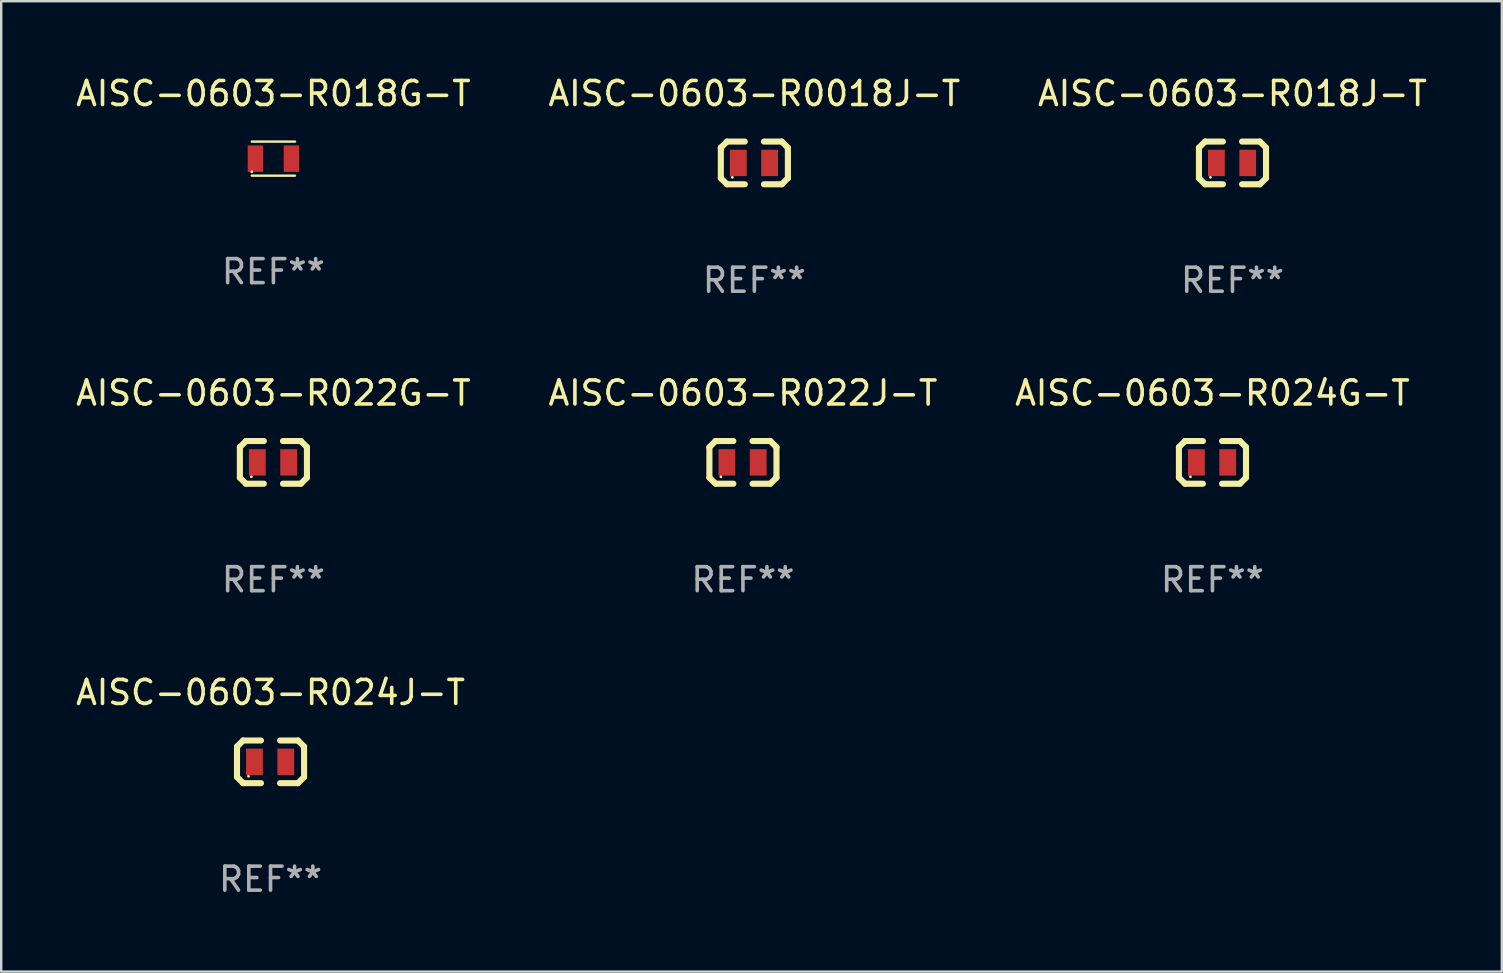
<source format=kicad_pcb>
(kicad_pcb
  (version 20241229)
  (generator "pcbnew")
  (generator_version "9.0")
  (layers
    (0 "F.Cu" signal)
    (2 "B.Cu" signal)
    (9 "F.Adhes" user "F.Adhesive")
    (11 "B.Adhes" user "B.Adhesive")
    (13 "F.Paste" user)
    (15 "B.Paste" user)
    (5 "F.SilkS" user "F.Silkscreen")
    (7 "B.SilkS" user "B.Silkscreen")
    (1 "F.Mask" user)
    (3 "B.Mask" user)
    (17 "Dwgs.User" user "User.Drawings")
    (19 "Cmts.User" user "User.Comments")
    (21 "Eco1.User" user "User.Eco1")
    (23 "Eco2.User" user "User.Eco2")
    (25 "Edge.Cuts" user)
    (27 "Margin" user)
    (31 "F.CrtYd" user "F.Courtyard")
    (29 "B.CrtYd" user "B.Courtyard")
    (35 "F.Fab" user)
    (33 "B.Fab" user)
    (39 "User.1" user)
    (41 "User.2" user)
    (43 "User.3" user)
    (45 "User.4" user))
  (footprint "AISC-0603-R022G-T"
    (layer "F.Cu")
    (at 8.339 16.212)
    (property "Reference" "AISC-0603-R022G-T" (at 0 -2.889 0) (layer "F.SilkS") (effects (font (size 1 1) (thickness 0.15))))
    (attr through_hole)
    (fp_line (start -1.397 -0.635) (end -1.397 0.635) (stroke (width 0.254) (type solid)) (layer "F.SilkS"))
    (fp_line (start -1.397 0.635) (end -1.143 0.889) (stroke (width 0.254) (type solid)) (layer "F.SilkS"))
    (fp_line (start -1.143 -0.889) (end -1.397 -0.635) (stroke (width 0.254) (type solid)) (layer "F.SilkS"))
    (fp_line (start -1.143 -0.889) (end -0.399 -0.889) (stroke (width 0.254) (type solid)) (layer "F.SilkS"))
    (fp_line (start -1.143 0.889) (end -0.399 0.889) (stroke (width 0.254) (type solid)) (layer "F.SilkS"))
    (fp_line (start 1.143 -0.889) (end 0.399 -0.889) (stroke (width 0.254) (type solid)) (layer "F.SilkS"))
    (fp_line (start 1.143 0.889) (end 0.399 0.889) (stroke (width 0.254) (type solid)) (layer "F.SilkS"))
    (fp_line (start 1.143 0.889) (end 1.397 0.635) (stroke (width 0.254) (type solid)) (layer "F.SilkS"))
    (fp_line (start 1.397 -0.635) (end 1.143 -0.889) (stroke (width 0.254) (type solid)) (layer "F.SilkS"))
    (fp_line (start 1.397 0.635) (end 1.397 -0.635) (stroke (width 0.254) (type solid)) (layer "F.SilkS"))
    (fp_circle (center -0.918 0.6) (end -0.888 0.6) (stroke (width 0.06) (type solid)) (fill no) (layer "F.SilkS"))
    (fp_text user "REF**" (at 0 4.889 0) (layer "F.Fab") (effects (font (size 1 1) (thickness 0.15))))
    (pad "1" smd rect (at -0.67 0) (size 0.7 1.1) (layers "F.Cu" "F.Mask" "F.Paste"))
    (pad "2" smd rect (at 0.635 0) (size 0.7 1.1) (layers "F.Cu" "F.Mask" "F.Paste")))
  (footprint "AISC-0603-R022J-T"
    (layer "F.Cu")
    (at 27.899 16.212)
    (property "Reference" "AISC-0603-R022J-T" (at 0 -2.889 0) (layer "F.SilkS") (effects (font (size 1 1) (thickness 0.15))))
    (attr through_hole)
    (fp_line (start -1.397 -0.635) (end -1.397 0.635) (stroke (width 0.254) (type solid)) (layer "F.SilkS"))
    (fp_line (start -1.397 0.635) (end -1.143 0.889) (stroke (width 0.254) (type solid)) (layer "F.SilkS"))
    (fp_line (start -1.143 -0.889) (end -1.397 -0.635) (stroke (width 0.254) (type solid)) (layer "F.SilkS"))
    (fp_line (start -1.143 -0.889) (end -0.399 -0.889) (stroke (width 0.254) (type solid)) (layer "F.SilkS"))
    (fp_line (start -1.143 0.889) (end -0.399 0.889) (stroke (width 0.254) (type solid)) (layer "F.SilkS"))
    (fp_line (start 1.143 -0.889) (end 0.399 -0.889) (stroke (width 0.254) (type solid)) (layer "F.SilkS"))
    (fp_line (start 1.143 0.889) (end 0.399 0.889) (stroke (width 0.254) (type solid)) (layer "F.SilkS"))
    (fp_line (start 1.143 0.889) (end 1.397 0.635) (stroke (width 0.254) (type solid)) (layer "F.SilkS"))
    (fp_line (start 1.397 -0.635) (end 1.143 -0.889) (stroke (width 0.254) (type solid)) (layer "F.SilkS"))
    (fp_line (start 1.397 0.635) (end 1.397 -0.635) (stroke (width 0.254) (type solid)) (layer "F.SilkS"))
    (fp_circle (center -0.918 0.6) (end -0.888 0.6) (stroke (width 0.06) (type solid)) (fill no) (layer "F.SilkS"))
    (fp_text user "REF**" (at 0 4.889 0) (layer "F.Fab") (effects (font (size 1 1) (thickness 0.15))))
    (pad "1" smd rect (at -0.67 0) (size 0.7 1.1) (layers "F.Cu" "F.Mask" "F.Paste"))
    (pad "2" smd rect (at 0.635 0) (size 0.7 1.1) (layers "F.Cu" "F.Mask" "F.Paste")))
  (footprint "AISC-0603-R018G-T"
    (layer "F.Cu")
    (at 8.339 3.558)
    (property "Reference" "AISC-0603-R018G-T" (at 0 -2.71 0) (layer "F.SilkS") (effects (font (size 1 1) (thickness 0.15))))
    (attr through_hole)
    (fp_line (start -0.9 -0.71) (end 0.9 -0.71) (stroke (width 0.1) (type solid)) (layer "F.SilkS"))
    (fp_line (start 0.9 0.71) (end -0.9 0.71) (stroke (width 0.1) (type solid)) (layer "F.SilkS"))
    (fp_circle (center -0.9 0.55) (end -0.87 0.55) (stroke (width 0.06) (type solid)) (fill no) (layer "F.SilkS"))
    (fp_text user "REF**" (at 0 4.71 0) (layer "F.Fab") (effects (font (size 1 1) (thickness 0.15))))
    (pad "1" smd rect (at -0.75 0) (size 0.64 1.1) (layers "F.Cu" "F.Mask" "F.Paste"))
    (pad "2" smd rect (at 0.75 0) (size 0.64 1.1) (layers "F.Cu" "F.Mask" "F.Paste")))
  (footprint "AISC-0603-R018J-T"
    (layer "F.Cu")
    (at 48.292 3.737)
    (property "Reference" "AISC-0603-R018J-T" (at 0 -2.889 0) (layer "F.SilkS") (effects (font (size 1 1) (thickness 0.15))))
    (attr through_hole)
    (fp_line (start -1.397 -0.635) (end -1.397 0.635) (stroke (width 0.254) (type solid)) (layer "F.SilkS"))
    (fp_line (start -1.397 0.635) (end -1.143 0.889) (stroke (width 0.254) (type solid)) (layer "F.SilkS"))
    (fp_line (start -1.143 -0.889) (end -1.397 -0.635) (stroke (width 0.254) (type solid)) (layer "F.SilkS"))
    (fp_line (start -1.143 -0.889) (end -0.399 -0.889) (stroke (width 0.254) (type solid)) (layer "F.SilkS"))
    (fp_line (start -1.143 0.889) (end -0.399 0.889) (stroke (width 0.254) (type solid)) (layer "F.SilkS"))
    (fp_line (start 1.143 -0.889) (end 0.399 -0.889) (stroke (width 0.254) (type solid)) (layer "F.SilkS"))
    (fp_line (start 1.143 0.889) (end 0.399 0.889) (stroke (width 0.254) (type solid)) (layer "F.SilkS"))
    (fp_line (start 1.143 0.889) (end 1.397 0.635) (stroke (width 0.254) (type solid)) (layer "F.SilkS"))
    (fp_line (start 1.397 -0.635) (end 1.143 -0.889) (stroke (width 0.254) (type solid)) (layer "F.SilkS"))
    (fp_line (start 1.397 0.635) (end 1.397 -0.635) (stroke (width 0.254) (type solid)) (layer "F.SilkS"))
    (fp_circle (center -0.918 0.6) (end -0.888 0.6) (stroke (width 0.06) (type solid)) (fill no) (layer "F.SilkS"))
    (fp_text user "REF**" (at 0 4.889 0) (layer "F.Fab") (effects (font (size 1 1) (thickness 0.15))))
    (pad "1" smd rect (at -0.67 0) (size 0.7 1.1) (layers "F.Cu" "F.Mask" "F.Paste"))
    (pad "2" smd rect (at 0.635 0) (size 0.7 1.1) (layers "F.Cu" "F.Mask" "F.Paste")))
  (footprint "AISC-0603-R0018J-T"
    (layer "F.Cu")
    (at 28.375 3.737)
    (property "Reference" "AISC-0603-R0018J-T" (at 0 -2.889 0) (layer "F.SilkS") (effects (font (size 1 1) (thickness 0.15))))
    (attr through_hole)
    (fp_line (start -1.397 -0.635) (end -1.397 0.635) (stroke (width 0.254) (type solid)) (layer "F.SilkS"))
    (fp_line (start -1.397 0.635) (end -1.143 0.889) (stroke (width 0.254) (type solid)) (layer "F.SilkS"))
    (fp_line (start -1.143 -0.889) (end -1.397 -0.635) (stroke (width 0.254) (type solid)) (layer "F.SilkS"))
    (fp_line (start -1.143 -0.889) (end -0.399 -0.889) (stroke (width 0.254) (type solid)) (layer "F.SilkS"))
    (fp_line (start -1.143 0.889) (end -0.399 0.889) (stroke (width 0.254) (type solid)) (layer "F.SilkS"))
    (fp_line (start 1.143 -0.889) (end 0.399 -0.889) (stroke (width 0.254) (type solid)) (layer "F.SilkS"))
    (fp_line (start 1.143 0.889) (end 0.399 0.889) (stroke (width 0.254) (type solid)) (layer "F.SilkS"))
    (fp_line (start 1.143 0.889) (end 1.397 0.635) (stroke (width 0.254) (type solid)) (layer "F.SilkS"))
    (fp_line (start 1.397 -0.635) (end 1.143 -0.889) (stroke (width 0.254) (type solid)) (layer "F.SilkS"))
    (fp_line (start 1.397 0.635) (end 1.397 -0.635) (stroke (width 0.254) (type solid)) (layer "F.SilkS"))
    (fp_circle (center -0.918 0.6) (end -0.888 0.6) (stroke (width 0.06) (type solid)) (fill no) (layer "F.SilkS"))
    (fp_text user "REF**" (at 0 4.889 0) (layer "F.Fab") (effects (font (size 1 1) (thickness 0.15))))
    (pad "1" smd rect (at -0.67 0) (size 0.7 1.1) (layers "F.Cu" "F.Mask" "F.Paste"))
    (pad "2" smd rect (at 0.635 0) (size 0.7 1.1) (layers "F.Cu" "F.Mask" "F.Paste")))
  (footprint "AISC-0603-R024J-T"
    (layer "F.Cu")
    (at 8.22 28.686)
    (property "Reference" "AISC-0603-R024J-T" (at 0 -2.889 0) (layer "F.SilkS") (effects (font (size 1 1) (thickness 0.15))))
    (attr through_hole)
    (fp_line (start -1.397 -0.635) (end -1.397 0.635) (stroke (width 0.254) (type solid)) (layer "F.SilkS"))
    (fp_line (start -1.397 0.635) (end -1.143 0.889) (stroke (width 0.254) (type solid)) (layer "F.SilkS"))
    (fp_line (start -1.143 -0.889) (end -1.397 -0.635) (stroke (width 0.254) (type solid)) (layer "F.SilkS"))
    (fp_line (start -1.143 -0.889) (end -0.399 -0.889) (stroke (width 0.254) (type solid)) (layer "F.SilkS"))
    (fp_line (start -1.143 0.889) (end -0.399 0.889) (stroke (width 0.254) (type solid)) (layer "F.SilkS"))
    (fp_line (start 1.143 -0.889) (end 0.399 -0.889) (stroke (width 0.254) (type solid)) (layer "F.SilkS"))
    (fp_line (start 1.143 0.889) (end 0.399 0.889) (stroke (width 0.254) (type solid)) (layer "F.SilkS"))
    (fp_line (start 1.143 0.889) (end 1.397 0.635) (stroke (width 0.254) (type solid)) (layer "F.SilkS"))
    (fp_line (start 1.397 -0.635) (end 1.143 -0.889) (stroke (width 0.254) (type solid)) (layer "F.SilkS"))
    (fp_line (start 1.397 0.635) (end 1.397 -0.635) (stroke (width 0.254) (type solid)) (layer "F.SilkS"))
    (fp_circle (center -0.918 0.6) (end -0.888 0.6) (stroke (width 0.06) (type solid)) (fill no) (layer "F.SilkS"))
    (fp_text user "REF**" (at 0 4.889 0) (layer "F.Fab") (effects (font (size 1 1) (thickness 0.15))))
    (pad "1" smd rect (at -0.67 0) (size 0.7 1.1) (layers "F.Cu" "F.Mask" "F.Paste"))
    (pad "2" smd rect (at 0.635 0) (size 0.7 1.1) (layers "F.Cu" "F.Mask" "F.Paste")))
  (footprint "AISC-0603-R024G-T"
    (layer "F.Cu")
    (at 47.458 16.212)
    (property "Reference" "AISC-0603-R024G-T" (at 0 -2.889 0) (layer "F.SilkS") (effects (font (size 1 1) (thickness 0.15))))
    (attr through_hole)
    (fp_line (start -1.397 -0.635) (end -1.397 0.635) (stroke (width 0.254) (type solid)) (layer "F.SilkS"))
    (fp_line (start -1.397 0.635) (end -1.143 0.889) (stroke (width 0.254) (type solid)) (layer "F.SilkS"))
    (fp_line (start -1.143 -0.889) (end -1.397 -0.635) (stroke (width 0.254) (type solid)) (layer "F.SilkS"))
    (fp_line (start -1.143 -0.889) (end -0.399 -0.889) (stroke (width 0.254) (type solid)) (layer "F.SilkS"))
    (fp_line (start -1.143 0.889) (end -0.399 0.889) (stroke (width 0.254) (type solid)) (layer "F.SilkS"))
    (fp_line (start 1.143 -0.889) (end 0.399 -0.889) (stroke (width 0.254) (type solid)) (layer "F.SilkS"))
    (fp_line (start 1.143 0.889) (end 0.399 0.889) (stroke (width 0.254) (type solid)) (layer "F.SilkS"))
    (fp_line (start 1.143 0.889) (end 1.397 0.635) (stroke (width 0.254) (type solid)) (layer "F.SilkS"))
    (fp_line (start 1.397 -0.635) (end 1.143 -0.889) (stroke (width 0.254) (type solid)) (layer "F.SilkS"))
    (fp_line (start 1.397 0.635) (end 1.397 -0.635) (stroke (width 0.254) (type solid)) (layer "F.SilkS"))
    (fp_circle (center -0.918 0.6) (end -0.888 0.6) (stroke (width 0.06) (type solid)) (fill no) (layer "F.SilkS"))
    (fp_text user "REF**" (at 0 4.889 0) (layer "F.Fab") (effects (font (size 1 1) (thickness 0.15))))
    (pad "1" smd rect (at -0.67 0) (size 0.7 1.1) (layers "F.Cu" "F.Mask" "F.Paste"))
    (pad "2" smd rect (at 0.635 0) (size 0.7 1.1) (layers "F.Cu" "F.Mask" "F.Paste")))
  (gr_rect
    (start -3 -3)
    (end 59.512 37.424)
    (stroke (width 0.1) (type default))
    (fill no)
    (layer "Edge.Cuts")))
</source>
